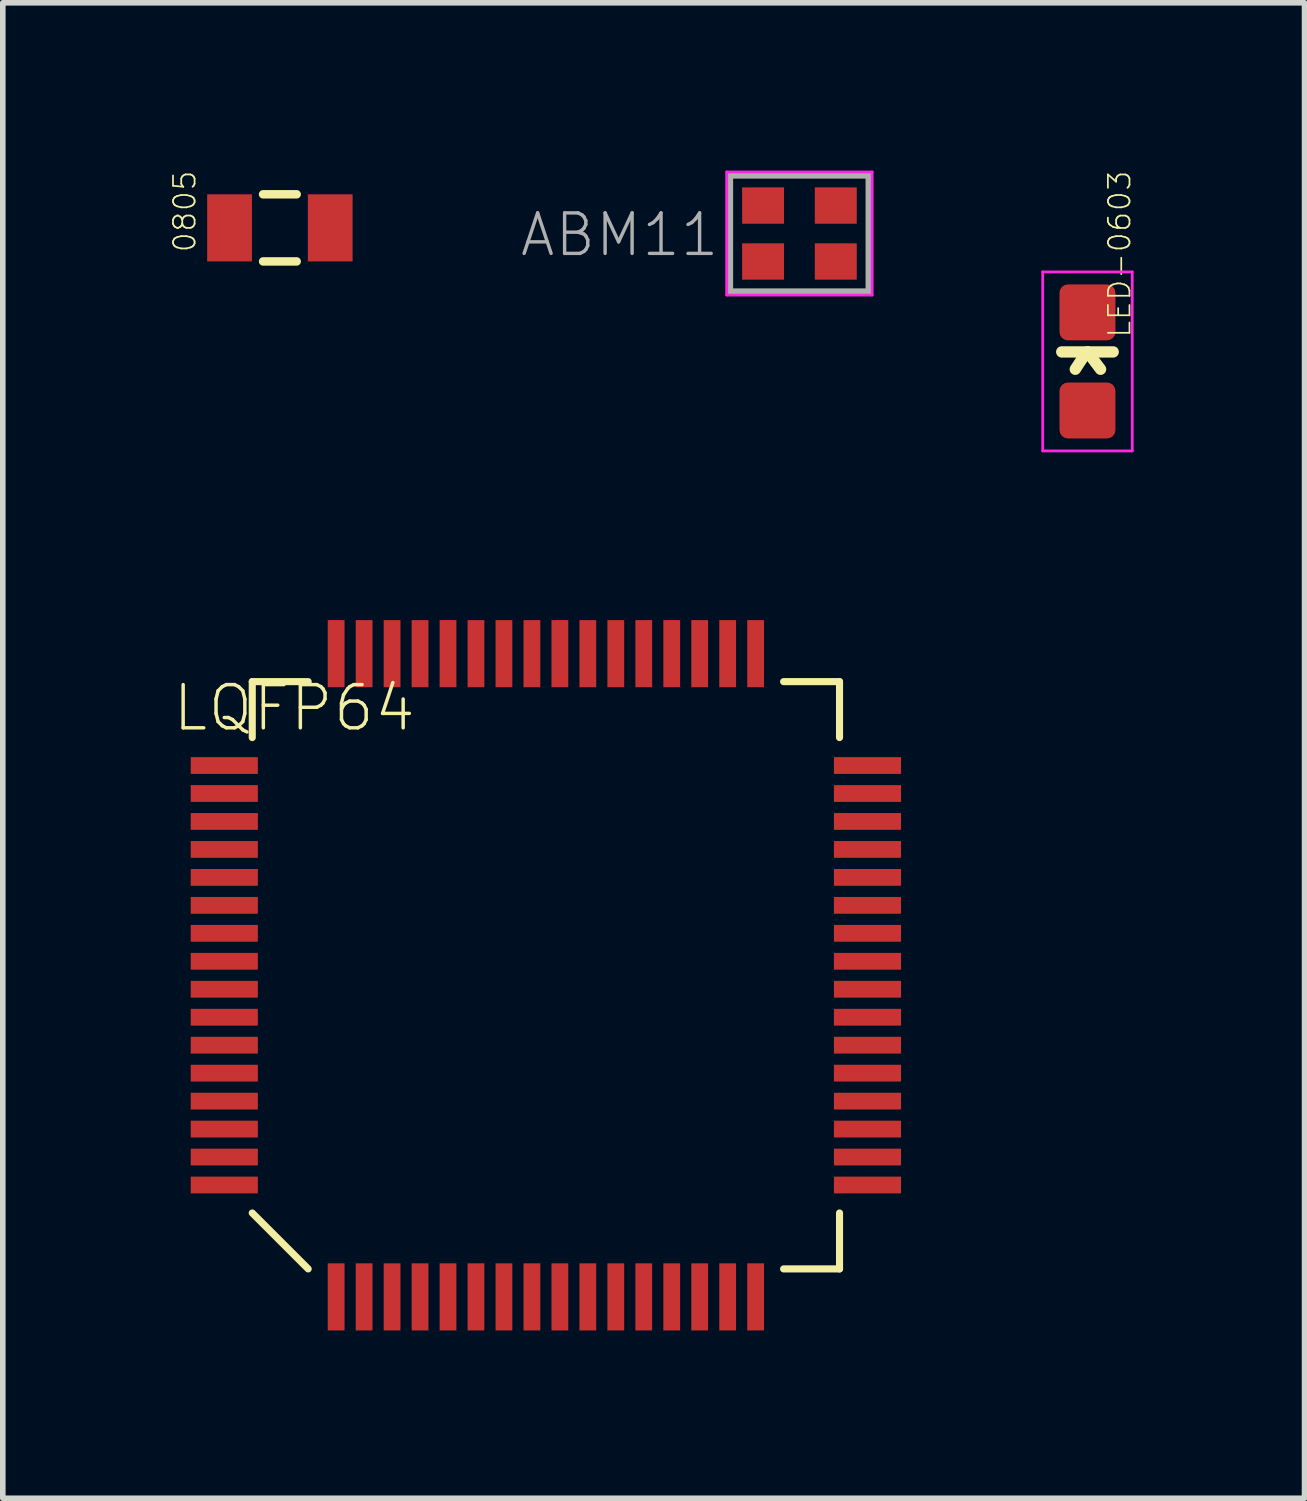
<source format=kicad_pcb>
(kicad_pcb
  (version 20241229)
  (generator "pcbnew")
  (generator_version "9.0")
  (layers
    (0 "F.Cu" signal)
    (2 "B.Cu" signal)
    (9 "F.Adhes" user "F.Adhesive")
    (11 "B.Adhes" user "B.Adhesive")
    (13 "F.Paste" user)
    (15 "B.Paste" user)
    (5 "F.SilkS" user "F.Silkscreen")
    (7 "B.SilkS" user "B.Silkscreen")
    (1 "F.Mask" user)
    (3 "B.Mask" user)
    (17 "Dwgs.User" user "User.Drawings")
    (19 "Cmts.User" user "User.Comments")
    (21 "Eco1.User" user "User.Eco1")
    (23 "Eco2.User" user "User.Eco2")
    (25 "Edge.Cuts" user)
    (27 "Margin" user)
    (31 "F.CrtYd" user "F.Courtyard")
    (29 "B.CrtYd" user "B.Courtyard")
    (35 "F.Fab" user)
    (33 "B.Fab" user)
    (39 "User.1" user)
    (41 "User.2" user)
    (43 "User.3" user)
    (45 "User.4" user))
  (footprint "LED-0603"
    (layer "F.Cu")
    (at 16.393 3.412)
    (property "Reference" "LED-0603" (at 0.8 -0.4 90) (layer "F.SilkS") (effects (font (size 0.386 0.386) (thickness 0.031)) (justify left bottom)))
    (attr through_hole)
    (fp_line (start -0.46 -0.17) (end 0 -0.17) (stroke (width 0.203) (type solid)) (layer "F.SilkS"))
    (fp_line (start -0.025 -0.155) (end -0.218 0.14) (stroke (width 0.203) (type solid)) (layer "F.SilkS"))
    (fp_line (start 0 -0.17) (end 0.234 0.14) (stroke (width 0.203) (type solid)) (layer "F.SilkS"))
    (fp_line (start 0.46 -0.17) (end 0 -0.17) (stroke (width 0.203) (type solid)) (layer "F.SilkS"))
    (fp_line (start -0.8 -1.6) (end -0.8 1.6) (stroke (width 0.05) (type solid)) (layer "F.CrtYd"))
    (fp_line (start -0.8 1.6) (end 0.8 1.6) (stroke (width 0.05) (type solid)) (layer "F.CrtYd"))
    (fp_line (start 0.8 -1.6) (end -0.8 -1.6) (stroke (width 0.05) (type solid)) (layer "F.CrtYd"))
    (fp_line (start 0.8 1.6) (end 0.8 -1.6) (stroke (width 0.05) (type solid)) (layer "F.CrtYd"))
    (pad "A" smd roundrect (at 0 0.877) (size 1 1) (layers "F.Cu" "F.Mask" "F.Paste") (roundrect_rratio 0.15))
    (pad "C" smd roundrect (at 0 -0.877) (size 1 1) (layers "F.Cu" "F.Mask" "F.Paste") (roundrect_rratio 0.15)))
  (footprint "0805"
    (layer "F.Cu")
    (at 1.954 1.024)
    (property "Reference" "0805" (at -1.476 0.462 270) (layer "F.SilkS") (effects (font (size 0.386 0.386) (thickness 0.031)) (justify left bottom)))
    (attr through_hole)
    (fp_line (start -0.3 -0.6) (end 0.3 -0.6) (stroke (width 0.152) (type solid)) (layer "F.SilkS"))
    (fp_line (start -0.3 0.6) (end 0.3 0.6) (stroke (width 0.152) (type solid)) (layer "F.SilkS"))
    (pad "1" smd rect (at -0.9 0) (size 0.8 1.2) (layers "F.Cu" "F.Mask" "F.Paste"))
    (pad "2" smd rect (at 0.9 0) (size 0.8 1.2) (layers "F.Cu" "F.Mask" "F.Paste")))
  (footprint "LQFP64"
    (layer "F.Cu")
    (at 6.71 14.387)
    (property "Reference" "LQFP64" (at -6.71 -4.327 0) (layer "F.SilkS") (effects (font (size 0.772 0.772) (thickness 0.062)) (justify left bottom)))
    (attr through_hole)
    (fp_line (start -5.25 -5.25) (end -4.25 -5.25) (stroke (width 0.127) (type solid)) (layer "F.SilkS"))
    (fp_line (start -5.25 -4.25) (end -5.25 -5.25) (stroke (width 0.127) (type solid)) (layer "F.SilkS"))
    (fp_line (start -4.25 5.25) (end -5.25 4.25) (stroke (width 0.127) (type solid)) (layer "F.SilkS"))
    (fp_line (start 4.25 -5.25) (end 5.25 -5.25) (stroke (width 0.127) (type solid)) (layer "F.SilkS"))
    (fp_line (start 5.25 -5.25) (end 5.25 -4.25) (stroke (width 0.127) (type solid)) (layer "F.SilkS"))
    (fp_line (start 5.25 4.25) (end 5.25 5.25) (stroke (width 0.127) (type solid)) (layer "F.SilkS"))
    (fp_line (start 5.25 5.25) (end 4.25 5.25) (stroke (width 0.127) (type solid)) (layer "F.SilkS"))
    (pad "1" smd rect (at -3.75 5.75 90) (size 1.2 0.3) (layers "F.Cu" "F.Mask" "F.Paste"))
    (pad "2" smd rect (at -3.25 5.75 90) (size 1.2 0.3) (layers "F.Cu" "F.Mask" "F.Paste"))
    (pad "3" smd rect (at -2.75 5.75 90) (size 1.2 0.3) (layers "F.Cu" "F.Mask" "F.Paste"))
    (pad "4" smd rect (at -2.25 5.75 90) (size 1.2 0.3) (layers "F.Cu" "F.Mask" "F.Paste"))
    (pad "5" smd rect (at -1.75 5.75 90) (size 1.2 0.3) (layers "F.Cu" "F.Mask" "F.Paste"))
    (pad "6" smd rect (at -1.25 5.75 90) (size 1.2 0.3) (layers "F.Cu" "F.Mask" "F.Paste"))
    (pad "7" smd rect (at -0.75 5.75 90) (size 1.2 0.3) (layers "F.Cu" "F.Mask" "F.Paste"))
    (pad "8" smd rect (at -0.25 5.75 90) (size 1.2 0.3) (layers "F.Cu" "F.Mask" "F.Paste"))
    (pad "9" smd rect (at 0.25 5.75 90) (size 1.2 0.3) (layers "F.Cu" "F.Mask" "F.Paste"))
    (pad "10" smd rect (at 0.75 5.75 90) (size 1.2 0.3) (layers "F.Cu" "F.Mask" "F.Paste"))
    (pad "11" smd rect (at 1.25 5.75 90) (size 1.2 0.3) (layers "F.Cu" "F.Mask" "F.Paste"))
    (pad "12" smd rect (at 1.75 5.75 90) (size 1.2 0.3) (layers "F.Cu" "F.Mask" "F.Paste"))
    (pad "13" smd rect (at 2.25 5.75 90) (size 1.2 0.3) (layers "F.Cu" "F.Mask" "F.Paste"))
    (pad "14" smd rect (at 2.75 5.75 90) (size 1.2 0.3) (layers "F.Cu" "F.Mask" "F.Paste"))
    (pad "15" smd rect (at 3.25 5.75 90) (size 1.2 0.3) (layers "F.Cu" "F.Mask" "F.Paste"))
    (pad "16" smd rect (at 3.75 5.75 90) (size 1.2 0.3) (layers "F.Cu" "F.Mask" "F.Paste"))
    (pad "17" smd rect (at 5.75 3.75 180) (size 1.2 0.3) (layers "F.Cu" "F.Mask" "F.Paste"))
    (pad "18" smd rect (at 5.75 3.25 180) (size 1.2 0.3) (layers "F.Cu" "F.Mask" "F.Paste"))
    (pad "19" smd rect (at 5.75 2.75 180) (size 1.2 0.3) (layers "F.Cu" "F.Mask" "F.Paste"))
    (pad "20" smd rect (at 5.75 2.25 180) (size 1.2 0.3) (layers "F.Cu" "F.Mask" "F.Paste"))
    (pad "21" smd rect (at 5.75 1.75 180) (size 1.2 0.3) (layers "F.Cu" "F.Mask" "F.Paste"))
    (pad "22" smd rect (at 5.75 1.25 180) (size 1.2 0.3) (layers "F.Cu" "F.Mask" "F.Paste"))
    (pad "23" smd rect (at 5.75 0.75 180) (size 1.2 0.3) (layers "F.Cu" "F.Mask" "F.Paste"))
    (pad "24" smd rect (at 5.75 0.25 180) (size 1.2 0.3) (layers "F.Cu" "F.Mask" "F.Paste"))
    (pad "25" smd rect (at 5.75 -0.25 180) (size 1.2 0.3) (layers "F.Cu" "F.Mask" "F.Paste"))
    (pad "26" smd rect (at 5.75 -0.75 180) (size 1.2 0.3) (layers "F.Cu" "F.Mask" "F.Paste"))
    (pad "27" smd rect (at 5.75 -1.25 180) (size 1.2 0.3) (layers "F.Cu" "F.Mask" "F.Paste"))
    (pad "28" smd rect (at 5.75 -1.75 180) (size 1.2 0.3) (layers "F.Cu" "F.Mask" "F.Paste"))
    (pad "29" smd rect (at 5.75 -2.25 180) (size 1.2 0.3) (layers "F.Cu" "F.Mask" "F.Paste"))
    (pad "30" smd rect (at 5.75 -2.75 180) (size 1.2 0.3) (layers "F.Cu" "F.Mask" "F.Paste"))
    (pad "31" smd rect (at 5.75 -3.25 180) (size 1.2 0.3) (layers "F.Cu" "F.Mask" "F.Paste"))
    (pad "32" smd rect (at 5.75 -3.75) (size 1.2 0.3) (layers "F.Cu" "F.Mask" "F.Paste"))
    (pad "33" smd rect (at 3.75 -5.75 270) (size 1.2 0.3) (layers "F.Cu" "F.Mask" "F.Paste"))
    (pad "34" smd rect (at 3.25 -5.75 270) (size 1.2 0.3) (layers "F.Cu" "F.Mask" "F.Paste"))
    (pad "35" smd rect (at 2.75 -5.75 270) (size 1.2 0.3) (layers "F.Cu" "F.Mask" "F.Paste"))
    (pad "36" smd rect (at 2.25 -5.75 270) (size 1.2 0.3) (layers "F.Cu" "F.Mask" "F.Paste"))
    (pad "37" smd rect (at 1.75 -5.75 270) (size 1.2 0.3) (layers "F.Cu" "F.Mask" "F.Paste"))
    (pad "38" smd rect (at 1.25 -5.75 270) (size 1.2 0.3) (layers "F.Cu" "F.Mask" "F.Paste"))
    (pad "39" smd rect (at 0.75 -5.75 270) (size 1.2 0.3) (layers "F.Cu" "F.Mask" "F.Paste"))
    (pad "40" smd rect (at 0.25 -5.75 270) (size 1.2 0.3) (layers "F.Cu" "F.Mask" "F.Paste"))
    (pad "41" smd rect (at -0.25 -5.75 270) (size 1.2 0.3) (layers "F.Cu" "F.Mask" "F.Paste"))
    (pad "42" smd rect (at -0.75 -5.75 270) (size 1.2 0.3) (layers "F.Cu" "F.Mask" "F.Paste"))
    (pad "43" smd rect (at -1.25 -5.75 270) (size 1.2 0.3) (layers "F.Cu" "F.Mask" "F.Paste"))
    (pad "44" smd rect (at -1.75 -5.75 270) (size 1.2 0.3) (layers "F.Cu" "F.Mask" "F.Paste"))
    (pad "45" smd rect (at -2.25 -5.75 270) (size 1.2 0.3) (layers "F.Cu" "F.Mask" "F.Paste"))
    (pad "46" smd rect (at -2.75 -5.75 270) (size 1.2 0.3) (layers "F.Cu" "F.Mask" "F.Paste"))
    (pad "47" smd rect (at -3.25 -5.75 270) (size 1.2 0.3) (layers "F.Cu" "F.Mask" "F.Paste"))
    (pad "48" smd rect (at -3.75 -5.75 270) (size 1.2 0.3) (layers "F.Cu" "F.Mask" "F.Paste"))
    (pad "49" smd rect (at -5.75 -3.75) (size 1.2 0.3) (layers "F.Cu" "F.Mask" "F.Paste"))
    (pad "50" smd rect (at -5.75 -3.25) (size 1.2 0.3) (layers "F.Cu" "F.Mask" "F.Paste"))
    (pad "51" smd rect (at -5.75 -2.75) (size 1.2 0.3) (layers "F.Cu" "F.Mask" "F.Paste"))
    (pad "52" smd rect (at -5.75 -2.25) (size 1.2 0.3) (layers "F.Cu" "F.Mask" "F.Paste"))
    (pad "53" smd rect (at -5.75 -1.75) (size 1.2 0.3) (layers "F.Cu" "F.Mask" "F.Paste"))
    (pad "54" smd rect (at -5.75 -1.25) (size 1.2 0.3) (layers "F.Cu" "F.Mask" "F.Paste"))
    (pad "55" smd rect (at -5.75 -0.75) (size 1.2 0.3) (layers "F.Cu" "F.Mask" "F.Paste"))
    (pad "56" smd rect (at -5.75 -0.25) (size 1.2 0.3) (layers "F.Cu" "F.Mask" "F.Paste"))
    (pad "57" smd rect (at -5.75 0.25) (size 1.2 0.3) (layers "F.Cu" "F.Mask" "F.Paste"))
    (pad "58" smd rect (at -5.75 0.75) (size 1.2 0.3) (layers "F.Cu" "F.Mask" "F.Paste"))
    (pad "59" smd rect (at -5.75 1.25) (size 1.2 0.3) (layers "F.Cu" "F.Mask" "F.Paste"))
    (pad "60" smd rect (at -5.75 1.75) (size 1.2 0.3) (layers "F.Cu" "F.Mask" "F.Paste"))
    (pad "61" smd rect (at -5.75 2.25) (size 1.2 0.3) (layers "F.Cu" "F.Mask" "F.Paste"))
    (pad "62" smd rect (at -5.75 2.75) (size 1.2 0.3) (layers "F.Cu" "F.Mask" "F.Paste"))
    (pad "63" smd rect (at -5.75 3.25) (size 1.2 0.3) (layers "F.Cu" "F.Mask" "F.Paste"))
    (pad "64" smd rect (at -5.75 3.75) (size 1.2 0.3) (layers "F.Cu" "F.Mask" "F.Paste")))
  (footprint "ABM11"
    (layer "F.Cu")
    (at 11.243 1.125)
    (property "Reference" "ABM11" (at -1.4 -0.4 0) (layer "F.Fab") (effects (font (size 0.724 0.724) (thickness 0.061)) (justify right top)))
    (attr through_hole)
    (fp_line (start -1.25 -1.05) (end -1.25 1.05) (stroke (width 0.127) (type solid)) (layer "F.SilkS"))
    (fp_line (start -1.25 -1.05) (end 1.25 -1.05) (stroke (width 0.127) (type solid)) (layer "F.SilkS"))
    (fp_line (start -1.25 1.05) (end 1.25 1.05) (stroke (width 0.127) (type solid)) (layer "F.SilkS"))
    (fp_line (start 1.25 1.05) (end 1.25 -1.05) (stroke (width 0.127) (type solid)) (layer "F.SilkS"))
    (fp_line (start -1.3 -1.1) (end -1.3 1.1) (stroke (width 0.05) (type solid)) (layer "F.CrtYd"))
    (fp_line (start -1.3 -1.1) (end 1.3 -1.1) (stroke (width 0.05) (type solid)) (layer "F.CrtYd"))
    (fp_line (start -1.3 1.1) (end 1.3 1.1) (stroke (width 0.05) (type solid)) (layer "F.CrtYd"))
    (fp_line (start 1.3 1.1) (end 1.3 -1.1) (stroke (width 0.05) (type solid)) (layer "F.CrtYd"))
    (fp_line (start -1.25 -1.05) (end -1.25 1.05) (stroke (width 0.127) (type solid)) (layer "F.Fab"))
    (fp_line (start -1.25 -1.05) (end 1.25 -1.05) (stroke (width 0.127) (type solid)) (layer "F.Fab"))
    (fp_line (start -1.25 1.05) (end 1.25 1.05) (stroke (width 0.127) (type solid)) (layer "F.Fab"))
    (fp_line (start 1.25 1.05) (end 1.25 -1.05) (stroke (width 0.127) (type solid)) (layer "F.Fab"))
    (pad "1" smd rect (at -0.65 0.5) (size 0.75 0.65) (layers "F.Cu" "F.Mask" "F.Paste"))
    (pad "2" smd rect (at 0.65 0.5) (size 0.75 0.65) (layers "F.Cu" "F.Mask" "F.Paste"))
    (pad "3" smd rect (at 0.65 -0.5) (size 0.75 0.65) (layers "F.Cu" "F.Mask" "F.Paste"))
    (pad "4" smd rect (at -0.65 -0.5) (size 0.75 0.65) (layers "F.Cu" "F.Mask" "F.Paste")))
  (gr_rect
    (start -3 -3)
    (end 20.274 23.737)
    (stroke (width 0.1) (type default))
    (fill no)
    (layer "Edge.Cuts")))
</source>
